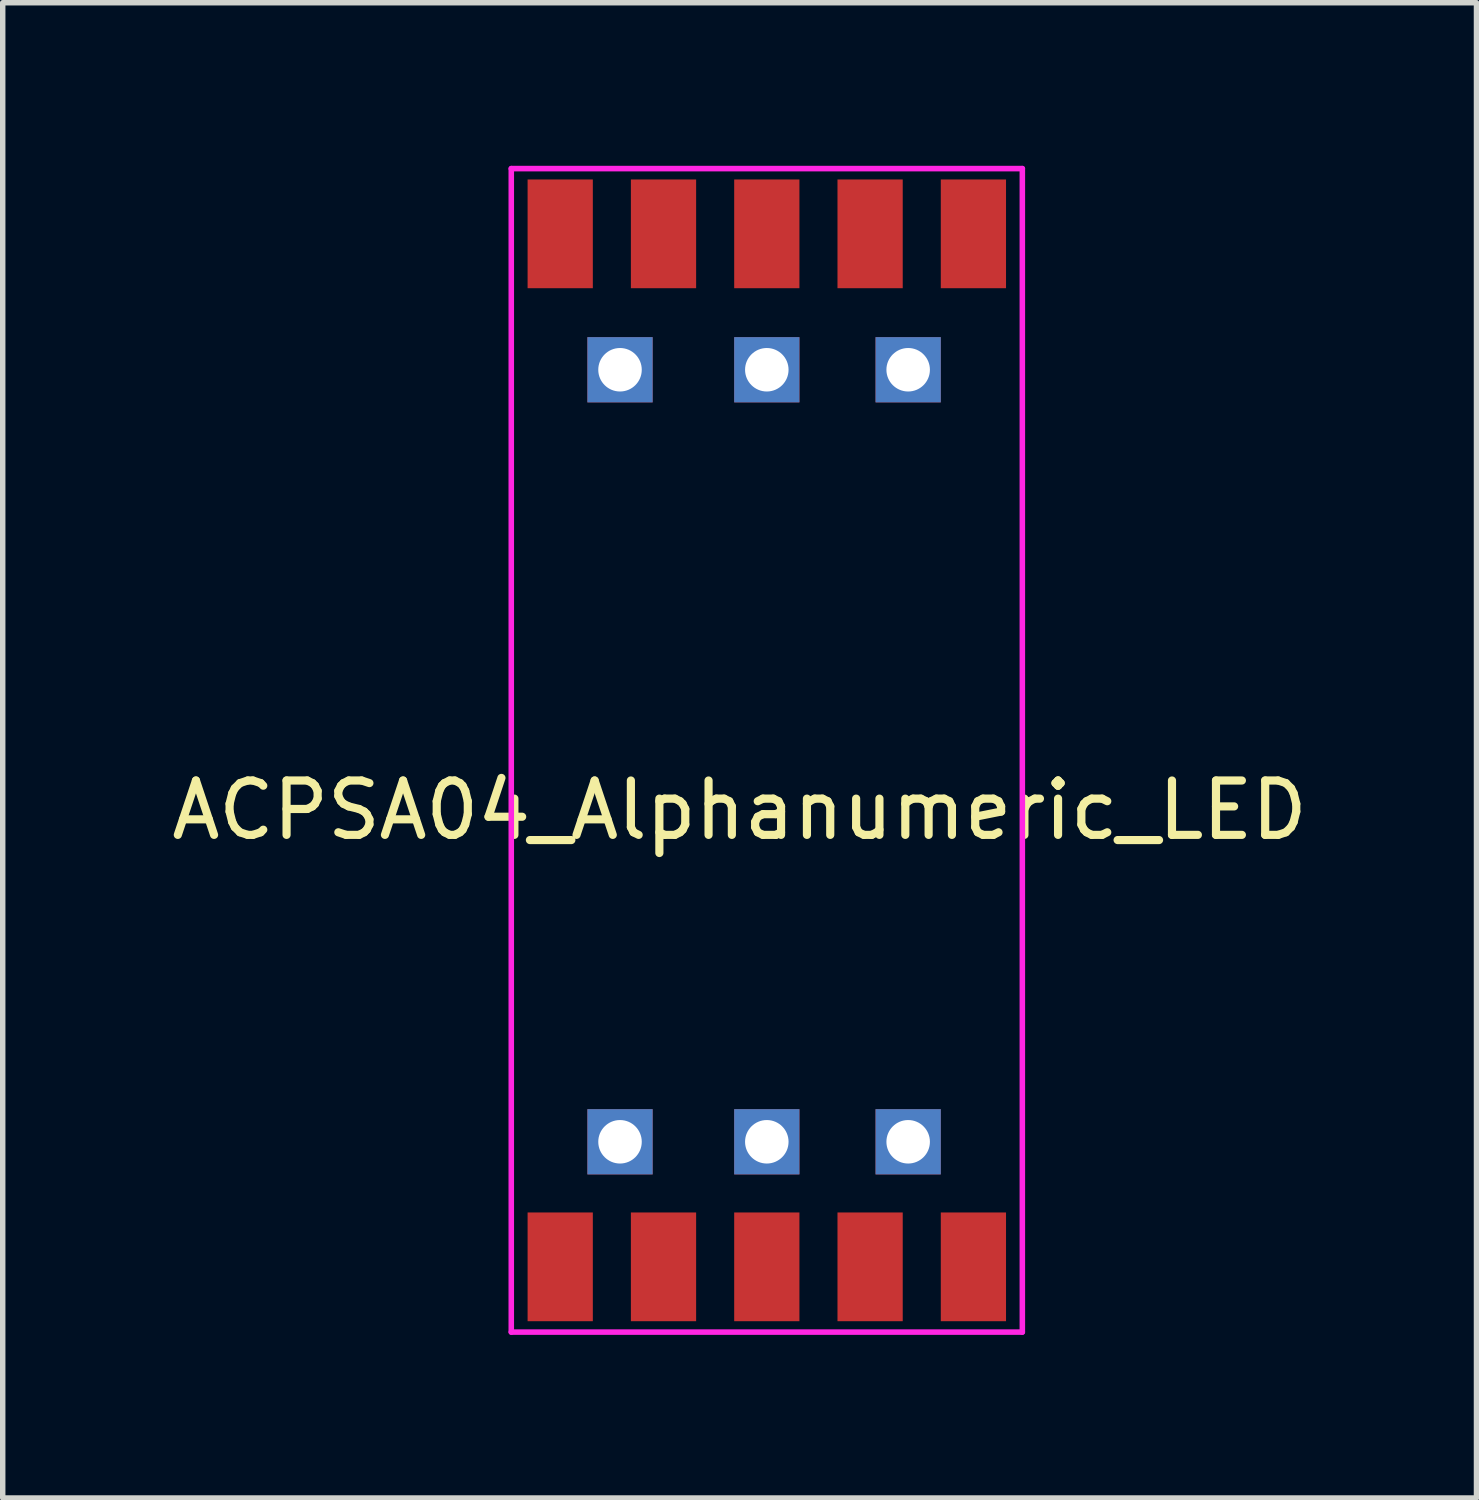
<source format=kicad_pcb>
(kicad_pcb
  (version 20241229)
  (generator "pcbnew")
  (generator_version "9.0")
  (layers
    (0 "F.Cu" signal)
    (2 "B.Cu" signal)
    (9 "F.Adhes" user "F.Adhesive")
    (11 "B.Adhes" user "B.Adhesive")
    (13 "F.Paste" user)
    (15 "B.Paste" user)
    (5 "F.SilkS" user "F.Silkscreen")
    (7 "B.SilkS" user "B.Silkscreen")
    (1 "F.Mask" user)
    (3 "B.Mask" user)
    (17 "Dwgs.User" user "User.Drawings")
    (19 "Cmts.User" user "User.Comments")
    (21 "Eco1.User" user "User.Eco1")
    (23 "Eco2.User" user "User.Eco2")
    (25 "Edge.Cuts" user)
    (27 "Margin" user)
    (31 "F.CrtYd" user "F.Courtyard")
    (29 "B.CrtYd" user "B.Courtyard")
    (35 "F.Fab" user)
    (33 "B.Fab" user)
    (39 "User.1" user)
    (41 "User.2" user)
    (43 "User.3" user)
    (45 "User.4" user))
  (footprint "ACPSA04_Alphanumeric_LED"
    (layer "F.Cu")
    (at 6.754 1.251)
    (property "Reference" "ACPSA04_Alphanumeric_LED" (at 3.8 10.6 0) (layer "F.SilkS") (effects (font (size 1 1) (thickness 0.15))))
    (attr through_hole)
    (fp_line (start -0.4 -1.2) (end 9 -1.2) (stroke (width 0.102) (type solid)) (layer "F.CrtYd"))
    (fp_line (start -0.4 20.2) (end -0.4 -1.2) (stroke (width 0.102) (type solid)) (layer "F.CrtYd"))
    (fp_line (start 9 -1.2) (end 9 20.2) (stroke (width 0.102) (type solid)) (layer "F.CrtYd"))
    (fp_line (start 9 20.2) (end -0.4 20.2) (stroke (width 0.102) (type solid)) (layer "F.CrtYd"))
    (pad "1" smd rect (at 0.5 19) (size 1.2 2) (layers "F.Cu" "F.Mask" "F.Paste"))
    (pad "2" smd rect (at 2.4 19) (size 1.2 2) (layers "F.Cu" "F.Mask" "F.Paste"))
    (pad "3" smd rect (at 4.3 19) (size 1.2 2) (layers "F.Cu" "F.Mask" "F.Paste"))
    (pad "4" smd rect (at 6.2 19) (size 1.2 2) (layers "F.Cu" "F.Mask" "F.Paste"))
    (pad "5" smd rect (at 8.1 19) (size 1.2 2) (layers "F.Cu" "F.Mask" "F.Paste"))
    (pad "6" thru_hole rect (at 6.9 16.7) (size 1.2 1.2) (drill 0.8) (layers "*.Cu" "*.Mask"))
    (pad "7" thru_hole rect (at 4.3 16.7) (size 1.2 1.2) (drill 0.8) (layers "*.Cu" "*.Mask"))
    (pad "8" thru_hole rect (at 1.6 16.7) (size 1.2 1.2) (drill 0.8) (layers "*.Cu" "*.Mask"))
    (pad "9" thru_hole rect (at 1.6 2.5) (size 1.2 1.2) (drill 0.8) (layers "*.Cu" "*.Mask"))
    (pad "10" thru_hole rect (at 4.3 2.5) (size 1.2 1.2) (drill 0.8) (layers "*.Cu" "*.Mask"))
    (pad "11" thru_hole rect (at 6.9 2.5) (size 1.2 1.2) (drill 0.8) (layers "*.Cu" "*.Mask"))
    (pad "12" smd rect (at 8.1 0) (size 1.2 2) (layers "F.Cu" "F.Mask" "F.Paste"))
    (pad "13" smd rect (at 6.2 0) (size 1.2 2) (layers "F.Cu" "F.Mask" "F.Paste"))
    (pad "14" smd rect (at 4.3 0) (size 1.2 2) (layers "F.Cu" "F.Mask" "F.Paste"))
    (pad "15" smd rect (at 2.4 0) (size 1.2 2) (layers "F.Cu" "F.Mask" "F.Paste"))
    (pad "16" smd rect (at 0.5 0) (size 1.2 2) (layers "F.Cu" "F.Mask" "F.Paste")))
  (gr_rect
    (start -3 -3)
    (end 24.107 24.502)
    (stroke (width 0.1) (type default))
    (fill no)
    (layer "Edge.Cuts")))
</source>
